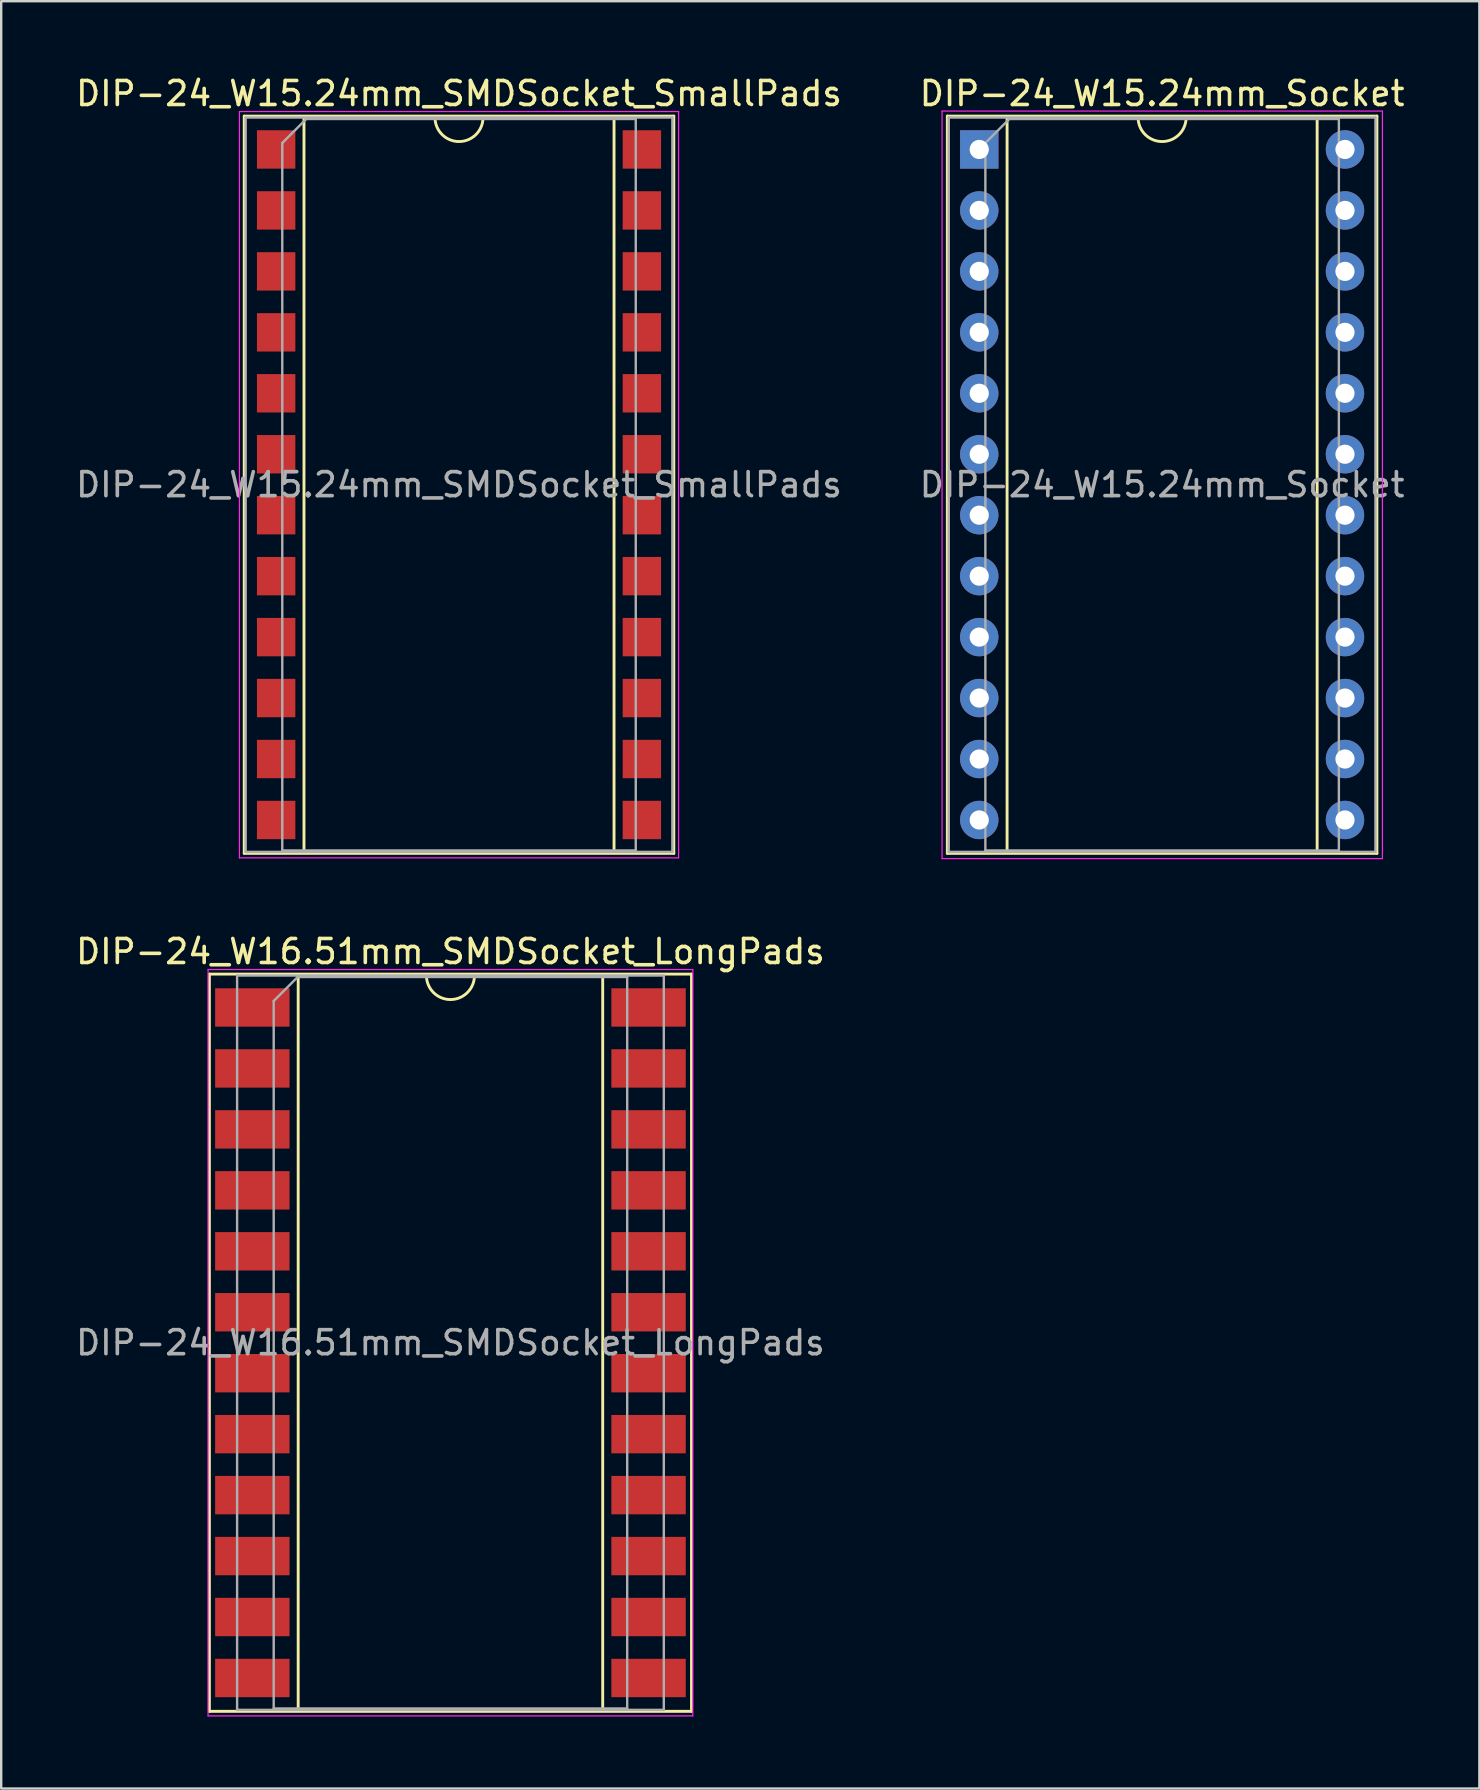
<source format=kicad_pcb>
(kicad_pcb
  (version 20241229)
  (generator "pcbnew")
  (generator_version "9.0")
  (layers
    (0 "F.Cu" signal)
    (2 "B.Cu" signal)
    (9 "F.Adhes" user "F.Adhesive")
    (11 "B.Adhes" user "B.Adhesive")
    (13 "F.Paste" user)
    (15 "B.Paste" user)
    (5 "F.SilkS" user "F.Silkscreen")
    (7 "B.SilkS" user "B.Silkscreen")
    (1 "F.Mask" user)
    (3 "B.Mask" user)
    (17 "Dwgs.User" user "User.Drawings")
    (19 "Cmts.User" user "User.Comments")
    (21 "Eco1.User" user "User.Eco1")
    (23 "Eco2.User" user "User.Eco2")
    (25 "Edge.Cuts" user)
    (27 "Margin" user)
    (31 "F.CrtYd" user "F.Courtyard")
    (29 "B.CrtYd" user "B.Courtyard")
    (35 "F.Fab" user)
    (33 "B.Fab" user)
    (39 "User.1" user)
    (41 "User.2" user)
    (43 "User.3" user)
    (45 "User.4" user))
  (footprint "DIP-24_W15.24mm_Socket"
    (layer "F.Cu")
    (at 37.755 3.178)
    (property "Reference" "DIP-24_W15.24mm_Socket" (at 7.62 -2.33 0) (layer "F.SilkS") (effects (font (size 1 1) (thickness 0.15))))
    (attr through_hole)
    (fp_line (start -1.33 -1.39) (end -1.33 29.33) (stroke (width 0.12) (type solid)) (layer "F.SilkS"))
    (fp_line (start -1.33 29.33) (end 16.57 29.33) (stroke (width 0.12) (type solid)) (layer "F.SilkS"))
    (fp_line (start 1.16 -1.33) (end 1.16 29.27) (stroke (width 0.12) (type solid)) (layer "F.SilkS"))
    (fp_line (start 1.16 29.27) (end 14.08 29.27) (stroke (width 0.12) (type solid)) (layer "F.SilkS"))
    (fp_line (start 6.62 -1.33) (end 1.16 -1.33) (stroke (width 0.12) (type solid)) (layer "F.SilkS"))
    (fp_line (start 14.08 -1.33) (end 8.62 -1.33) (stroke (width 0.12) (type solid)) (layer "F.SilkS"))
    (fp_line (start 14.08 29.27) (end 14.08 -1.33) (stroke (width 0.12) (type solid)) (layer "F.SilkS"))
    (fp_line (start 16.57 -1.39) (end -1.33 -1.39) (stroke (width 0.12) (type solid)) (layer "F.SilkS"))
    (fp_line (start 16.57 29.33) (end 16.57 -1.39) (stroke (width 0.12) (type solid)) (layer "F.SilkS"))
    (fp_arc (start 8.62 -1.33) (mid 7.62 -0.33) (end 6.62 -1.33) (stroke (width 0.12) (type solid)) (layer "F.SilkS"))
    (fp_line (start -1.55 -1.6) (end -1.55 29.55) (stroke (width 0.05) (type solid)) (layer "F.CrtYd"))
    (fp_line (start -1.55 29.55) (end 16.8 29.55) (stroke (width 0.05) (type solid)) (layer "F.CrtYd"))
    (fp_line (start 16.8 -1.6) (end -1.55 -1.6) (stroke (width 0.05) (type solid)) (layer "F.CrtYd"))
    (fp_line (start 16.8 29.55) (end 16.8 -1.6) (stroke (width 0.05) (type solid)) (layer "F.CrtYd"))
    (fp_line (start -1.27 -1.33) (end -1.27 29.27) (stroke (width 0.1) (type solid)) (layer "F.Fab"))
    (fp_line (start -1.27 29.27) (end 16.51 29.27) (stroke (width 0.1) (type solid)) (layer "F.Fab"))
    (fp_line (start 0.255 -0.27) (end 1.255 -1.27) (stroke (width 0.1) (type solid)) (layer "F.Fab"))
    (fp_line (start 0.255 29.21) (end 0.255 -0.27) (stroke (width 0.1) (type solid)) (layer "F.Fab"))
    (fp_line (start 1.255 -1.27) (end 14.985 -1.27) (stroke (width 0.1) (type solid)) (layer "F.Fab"))
    (fp_line (start 14.985 -1.27) (end 14.985 29.21) (stroke (width 0.1) (type solid)) (layer "F.Fab"))
    (fp_line (start 14.985 29.21) (end 0.255 29.21) (stroke (width 0.1) (type solid)) (layer "F.Fab"))
    (fp_line (start 16.51 -1.33) (end -1.27 -1.33) (stroke (width 0.1) (type solid)) (layer "F.Fab"))
    (fp_line (start 16.51 29.27) (end 16.51 -1.33) (stroke (width 0.1) (type solid)) (layer "F.Fab"))
    (fp_text user "${REFERENCE}" (at 7.62 13.97 0) (layer "F.Fab") (effects (font (size 1 1) (thickness 0.15))))
    (pad "1" thru_hole rect (at 0 0) (size 1.6 1.6) (drill 0.8) (layers "*.Cu" "*.Mask"))
    (pad "2" thru_hole oval (at 0 2.54) (size 1.6 1.6) (drill 0.8) (layers "*.Cu" "*.Mask"))
    (pad "3" thru_hole oval (at 0 5.08) (size 1.6 1.6) (drill 0.8) (layers "*.Cu" "*.Mask"))
    (pad "4" thru_hole oval (at 0 7.62) (size 1.6 1.6) (drill 0.8) (layers "*.Cu" "*.Mask"))
    (pad "5" thru_hole oval (at 0 10.16) (size 1.6 1.6) (drill 0.8) (layers "*.Cu" "*.Mask"))
    (pad "6" thru_hole oval (at 0 12.7) (size 1.6 1.6) (drill 0.8) (layers "*.Cu" "*.Mask"))
    (pad "7" thru_hole oval (at 0 15.24) (size 1.6 1.6) (drill 0.8) (layers "*.Cu" "*.Mask"))
    (pad "8" thru_hole oval (at 0 17.78) (size 1.6 1.6) (drill 0.8) (layers "*.Cu" "*.Mask"))
    (pad "9" thru_hole oval (at 0 20.32) (size 1.6 1.6) (drill 0.8) (layers "*.Cu" "*.Mask"))
    (pad "10" thru_hole oval (at 0 22.86) (size 1.6 1.6) (drill 0.8) (layers "*.Cu" "*.Mask"))
    (pad "11" thru_hole oval (at 0 25.4) (size 1.6 1.6) (drill 0.8) (layers "*.Cu" "*.Mask"))
    (pad "12" thru_hole oval (at 0 27.94) (size 1.6 1.6) (drill 0.8) (layers "*.Cu" "*.Mask"))
    (pad "13" thru_hole oval (at 15.24 27.94) (size 1.6 1.6) (drill 0.8) (layers "*.Cu" "*.Mask"))
    (pad "14" thru_hole oval (at 15.24 25.4) (size 1.6 1.6) (drill 0.8) (layers "*.Cu" "*.Mask"))
    (pad "15" thru_hole oval (at 15.24 22.86) (size 1.6 1.6) (drill 0.8) (layers "*.Cu" "*.Mask"))
    (pad "16" thru_hole oval (at 15.24 20.32) (size 1.6 1.6) (drill 0.8) (layers "*.Cu" "*.Mask"))
    (pad "17" thru_hole oval (at 15.24 17.78) (size 1.6 1.6) (drill 0.8) (layers "*.Cu" "*.Mask"))
    (pad "18" thru_hole oval (at 15.24 15.24) (size 1.6 1.6) (drill 0.8) (layers "*.Cu" "*.Mask"))
    (pad "19" thru_hole oval (at 15.24 12.7) (size 1.6 1.6) (drill 0.8) (layers "*.Cu" "*.Mask"))
    (pad "20" thru_hole oval (at 15.24 10.16) (size 1.6 1.6) (drill 0.8) (layers "*.Cu" "*.Mask"))
    (pad "21" thru_hole oval (at 15.24 7.62) (size 1.6 1.6) (drill 0.8) (layers "*.Cu" "*.Mask"))
    (pad "22" thru_hole oval (at 15.24 5.08) (size 1.6 1.6) (drill 0.8) (layers "*.Cu" "*.Mask"))
    (pad "23" thru_hole oval (at 15.24 2.54) (size 1.6 1.6) (drill 0.8) (layers "*.Cu" "*.Mask"))
    (pad "24" thru_hole oval (at 15.24 0) (size 1.6 1.6) (drill 0.8) (layers "*.Cu" "*.Mask")))
  (footprint "DIP-24_W15.24mm_SMDSocket_SmallPads"
    (layer "F.Cu")
    (at 16.077 17.148)
    (property "Reference" "DIP-24_W15.24mm_SMDSocket_SmallPads" (at 0 -16.3 0) (layer "F.SilkS") (effects (font (size 1 1) (thickness 0.15))))
    (attr smd)
    (fp_line (start -8.95 -15.36) (end -8.95 15.36) (stroke (width 0.12) (type solid)) (layer "F.SilkS"))
    (fp_line (start -8.95 15.36) (end 8.95 15.36) (stroke (width 0.12) (type solid)) (layer "F.SilkS"))
    (fp_line (start -6.46 -15.3) (end -6.46 15.3) (stroke (width 0.12) (type solid)) (layer "F.SilkS"))
    (fp_line (start -6.46 15.3) (end 6.46 15.3) (stroke (width 0.12) (type solid)) (layer "F.SilkS"))
    (fp_line (start -1 -15.3) (end -6.46 -15.3) (stroke (width 0.12) (type solid)) (layer "F.SilkS"))
    (fp_line (start 6.46 -15.3) (end 1 -15.3) (stroke (width 0.12) (type solid)) (layer "F.SilkS"))
    (fp_line (start 6.46 15.3) (end 6.46 -15.3) (stroke (width 0.12) (type solid)) (layer "F.SilkS"))
    (fp_line (start 8.95 -15.36) (end -8.95 -15.36) (stroke (width 0.12) (type solid)) (layer "F.SilkS"))
    (fp_line (start 8.95 15.36) (end 8.95 -15.36) (stroke (width 0.12) (type solid)) (layer "F.SilkS"))
    (fp_arc (start 1 -15.3) (mid 0 -14.3) (end -1 -15.3) (stroke (width 0.12) (type solid)) (layer "F.SilkS"))
    (fp_line (start -9.15 -15.55) (end -9.15 15.55) (stroke (width 0.05) (type solid)) (layer "F.CrtYd"))
    (fp_line (start -9.15 15.55) (end 9.15 15.55) (stroke (width 0.05) (type solid)) (layer "F.CrtYd"))
    (fp_line (start 9.15 -15.55) (end -9.15 -15.55) (stroke (width 0.05) (type solid)) (layer "F.CrtYd"))
    (fp_line (start 9.15 15.55) (end 9.15 -15.55) (stroke (width 0.05) (type solid)) (layer "F.CrtYd"))
    (fp_line (start -8.89 -15.3) (end -8.89 15.3) (stroke (width 0.1) (type solid)) (layer "F.Fab"))
    (fp_line (start -8.89 15.3) (end 8.89 15.3) (stroke (width 0.1) (type solid)) (layer "F.Fab"))
    (fp_line (start -7.365 -14.24) (end -6.365 -15.24) (stroke (width 0.1) (type solid)) (layer "F.Fab"))
    (fp_line (start -7.365 15.24) (end -7.365 -14.24) (stroke (width 0.1) (type solid)) (layer "F.Fab"))
    (fp_line (start -6.365 -15.24) (end 7.365 -15.24) (stroke (width 0.1) (type solid)) (layer "F.Fab"))
    (fp_line (start 7.365 -15.24) (end 7.365 15.24) (stroke (width 0.1) (type solid)) (layer "F.Fab"))
    (fp_line (start 7.365 15.24) (end -7.365 15.24) (stroke (width 0.1) (type solid)) (layer "F.Fab"))
    (fp_line (start 8.89 -15.3) (end -8.89 -15.3) (stroke (width 0.1) (type solid)) (layer "F.Fab"))
    (fp_line (start 8.89 15.3) (end 8.89 -15.3) (stroke (width 0.1) (type solid)) (layer "F.Fab"))
    (fp_text user "${REFERENCE}" (at 0 0 0) (layer "F.Fab") (effects (font (size 1 1) (thickness 0.15))))
    (pad "1" smd rect (at -7.62 -13.97) (size 1.6 1.6) (layers "F.Cu" "F.Mask" "F.Paste"))
    (pad "2" smd rect (at -7.62 -11.43) (size 1.6 1.6) (layers "F.Cu" "F.Mask" "F.Paste"))
    (pad "3" smd rect (at -7.62 -8.89) (size 1.6 1.6) (layers "F.Cu" "F.Mask" "F.Paste"))
    (pad "4" smd rect (at -7.62 -6.35) (size 1.6 1.6) (layers "F.Cu" "F.Mask" "F.Paste"))
    (pad "5" smd rect (at -7.62 -3.81) (size 1.6 1.6) (layers "F.Cu" "F.Mask" "F.Paste"))
    (pad "6" smd rect (at -7.62 -1.27) (size 1.6 1.6) (layers "F.Cu" "F.Mask" "F.Paste"))
    (pad "7" smd rect (at -7.62 1.27) (size 1.6 1.6) (layers "F.Cu" "F.Mask" "F.Paste"))
    (pad "8" smd rect (at -7.62 3.81) (size 1.6 1.6) (layers "F.Cu" "F.Mask" "F.Paste"))
    (pad "9" smd rect (at -7.62 6.35) (size 1.6 1.6) (layers "F.Cu" "F.Mask" "F.Paste"))
    (pad "10" smd rect (at -7.62 8.89) (size 1.6 1.6) (layers "F.Cu" "F.Mask" "F.Paste"))
    (pad "11" smd rect (at -7.62 11.43) (size 1.6 1.6) (layers "F.Cu" "F.Mask" "F.Paste"))
    (pad "12" smd rect (at -7.62 13.97) (size 1.6 1.6) (layers "F.Cu" "F.Mask" "F.Paste"))
    (pad "13" smd rect (at 7.62 13.97) (size 1.6 1.6) (layers "F.Cu" "F.Mask" "F.Paste"))
    (pad "14" smd rect (at 7.62 11.43) (size 1.6 1.6) (layers "F.Cu" "F.Mask" "F.Paste"))
    (pad "15" smd rect (at 7.62 8.89) (size 1.6 1.6) (layers "F.Cu" "F.Mask" "F.Paste"))
    (pad "16" smd rect (at 7.62 6.35) (size 1.6 1.6) (layers "F.Cu" "F.Mask" "F.Paste"))
    (pad "17" smd rect (at 7.62 3.81) (size 1.6 1.6) (layers "F.Cu" "F.Mask" "F.Paste"))
    (pad "18" smd rect (at 7.62 1.27) (size 1.6 1.6) (layers "F.Cu" "F.Mask" "F.Paste"))
    (pad "19" smd rect (at 7.62 -1.27) (size 1.6 1.6) (layers "F.Cu" "F.Mask" "F.Paste"))
    (pad "20" smd rect (at 7.62 -3.81) (size 1.6 1.6) (layers "F.Cu" "F.Mask" "F.Paste"))
    (pad "21" smd rect (at 7.62 -6.35) (size 1.6 1.6) (layers "F.Cu" "F.Mask" "F.Paste"))
    (pad "22" smd rect (at 7.62 -8.89) (size 1.6 1.6) (layers "F.Cu" "F.Mask" "F.Paste"))
    (pad "23" smd rect (at 7.62 -11.43) (size 1.6 1.6) (layers "F.Cu" "F.Mask" "F.Paste"))
    (pad "24" smd rect (at 7.62 -13.97) (size 1.6 1.6) (layers "F.Cu" "F.Mask" "F.Paste")))
  (footprint "DIP-24_W16.51mm_SMDSocket_LongPads"
    (layer "F.Cu")
    (at 15.72 52.901)
    (property "Reference" "DIP-24_W16.51mm_SMDSocket_LongPads" (at 0 -16.3 0) (layer "F.SilkS") (effects (font (size 1 1) (thickness 0.15))))
    (attr smd)
    (fp_line (start -10.045 -15.36) (end -10.045 15.36) (stroke (width 0.12) (type solid)) (layer "F.SilkS"))
    (fp_line (start -10.045 15.36) (end 10.045 15.36) (stroke (width 0.12) (type solid)) (layer "F.SilkS"))
    (fp_line (start -6.345 -15.3) (end -6.345 15.3) (stroke (width 0.12) (type solid)) (layer "F.SilkS"))
    (fp_line (start -6.345 15.3) (end 6.345 15.3) (stroke (width 0.12) (type solid)) (layer "F.SilkS"))
    (fp_line (start -1 -15.3) (end -6.345 -15.3) (stroke (width 0.12) (type solid)) (layer "F.SilkS"))
    (fp_line (start 6.345 -15.3) (end 1 -15.3) (stroke (width 0.12) (type solid)) (layer "F.SilkS"))
    (fp_line (start 6.345 15.3) (end 6.345 -15.3) (stroke (width 0.12) (type solid)) (layer "F.SilkS"))
    (fp_line (start 10.045 -15.36) (end -10.045 -15.36) (stroke (width 0.12) (type solid)) (layer "F.SilkS"))
    (fp_line (start 10.045 15.36) (end 10.045 -15.36) (stroke (width 0.12) (type solid)) (layer "F.SilkS"))
    (fp_arc (start 1 -15.3) (mid 0 -14.3) (end -1 -15.3) (stroke (width 0.12) (type solid)) (layer "F.SilkS"))
    (fp_line (start -10.1 -15.55) (end -10.1 15.55) (stroke (width 0.05) (type solid)) (layer "F.CrtYd"))
    (fp_line (start -10.1 15.55) (end 10.1 15.55) (stroke (width 0.05) (type solid)) (layer "F.CrtYd"))
    (fp_line (start 10.1 -15.55) (end -10.1 -15.55) (stroke (width 0.05) (type solid)) (layer "F.CrtYd"))
    (fp_line (start 10.1 15.55) (end 10.1 -15.55) (stroke (width 0.05) (type solid)) (layer "F.CrtYd"))
    (fp_line (start -8.89 -15.3) (end -8.89 15.3) (stroke (width 0.1) (type solid)) (layer "F.Fab"))
    (fp_line (start -8.89 15.3) (end 8.89 15.3) (stroke (width 0.1) (type solid)) (layer "F.Fab"))
    (fp_line (start -7.365 -14.24) (end -6.365 -15.24) (stroke (width 0.1) (type solid)) (layer "F.Fab"))
    (fp_line (start -7.365 15.24) (end -7.365 -14.24) (stroke (width 0.1) (type solid)) (layer "F.Fab"))
    (fp_line (start -6.365 -15.24) (end 7.365 -15.24) (stroke (width 0.1) (type solid)) (layer "F.Fab"))
    (fp_line (start 7.365 -15.24) (end 7.365 15.24) (stroke (width 0.1) (type solid)) (layer "F.Fab"))
    (fp_line (start 7.365 15.24) (end -7.365 15.24) (stroke (width 0.1) (type solid)) (layer "F.Fab"))
    (fp_line (start 8.89 -15.3) (end -8.89 -15.3) (stroke (width 0.1) (type solid)) (layer "F.Fab"))
    (fp_line (start 8.89 15.3) (end 8.89 -15.3) (stroke (width 0.1) (type solid)) (layer "F.Fab"))
    (fp_text user "${REFERENCE}" (at 0 0 0) (layer "F.Fab") (effects (font (size 1 1) (thickness 0.15))))
    (pad "1" smd rect (at -8.255 -13.97) (size 3.1 1.6) (layers "F.Cu" "F.Mask" "F.Paste"))
    (pad "2" smd rect (at -8.255 -11.43) (size 3.1 1.6) (layers "F.Cu" "F.Mask" "F.Paste"))
    (pad "3" smd rect (at -8.255 -8.89) (size 3.1 1.6) (layers "F.Cu" "F.Mask" "F.Paste"))
    (pad "4" smd rect (at -8.255 -6.35) (size 3.1 1.6) (layers "F.Cu" "F.Mask" "F.Paste"))
    (pad "5" smd rect (at -8.255 -3.81) (size 3.1 1.6) (layers "F.Cu" "F.Mask" "F.Paste"))
    (pad "6" smd rect (at -8.255 -1.27) (size 3.1 1.6) (layers "F.Cu" "F.Mask" "F.Paste"))
    (pad "7" smd rect (at -8.255 1.27) (size 3.1 1.6) (layers "F.Cu" "F.Mask" "F.Paste"))
    (pad "8" smd rect (at -8.255 3.81) (size 3.1 1.6) (layers "F.Cu" "F.Mask" "F.Paste"))
    (pad "9" smd rect (at -8.255 6.35) (size 3.1 1.6) (layers "F.Cu" "F.Mask" "F.Paste"))
    (pad "10" smd rect (at -8.255 8.89) (size 3.1 1.6) (layers "F.Cu" "F.Mask" "F.Paste"))
    (pad "11" smd rect (at -8.255 11.43) (size 3.1 1.6) (layers "F.Cu" "F.Mask" "F.Paste"))
    (pad "12" smd rect (at -8.255 13.97) (size 3.1 1.6) (layers "F.Cu" "F.Mask" "F.Paste"))
    (pad "13" smd rect (at 8.255 13.97) (size 3.1 1.6) (layers "F.Cu" "F.Mask" "F.Paste"))
    (pad "14" smd rect (at 8.255 11.43) (size 3.1 1.6) (layers "F.Cu" "F.Mask" "F.Paste"))
    (pad "15" smd rect (at 8.255 8.89) (size 3.1 1.6) (layers "F.Cu" "F.Mask" "F.Paste"))
    (pad "16" smd rect (at 8.255 6.35) (size 3.1 1.6) (layers "F.Cu" "F.Mask" "F.Paste"))
    (pad "17" smd rect (at 8.255 3.81) (size 3.1 1.6) (layers "F.Cu" "F.Mask" "F.Paste"))
    (pad "18" smd rect (at 8.255 1.27) (size 3.1 1.6) (layers "F.Cu" "F.Mask" "F.Paste"))
    (pad "19" smd rect (at 8.255 -1.27) (size 3.1 1.6) (layers "F.Cu" "F.Mask" "F.Paste"))
    (pad "20" smd rect (at 8.255 -3.81) (size 3.1 1.6) (layers "F.Cu" "F.Mask" "F.Paste"))
    (pad "21" smd rect (at 8.255 -6.35) (size 3.1 1.6) (layers "F.Cu" "F.Mask" "F.Paste"))
    (pad "22" smd rect (at 8.255 -8.89) (size 3.1 1.6) (layers "F.Cu" "F.Mask" "F.Paste"))
    (pad "23" smd rect (at 8.255 -11.43) (size 3.1 1.6) (layers "F.Cu" "F.Mask" "F.Paste"))
    (pad "24" smd rect (at 8.255 -13.97) (size 3.1 1.6) (layers "F.Cu" "F.Mask" "F.Paste")))
  (gr_rect
    (start -3 -3)
    (end 58.595 71.477)
    (stroke (width 0.1) (type default))
    (fill no)
    (layer "Edge.Cuts")))
</source>
